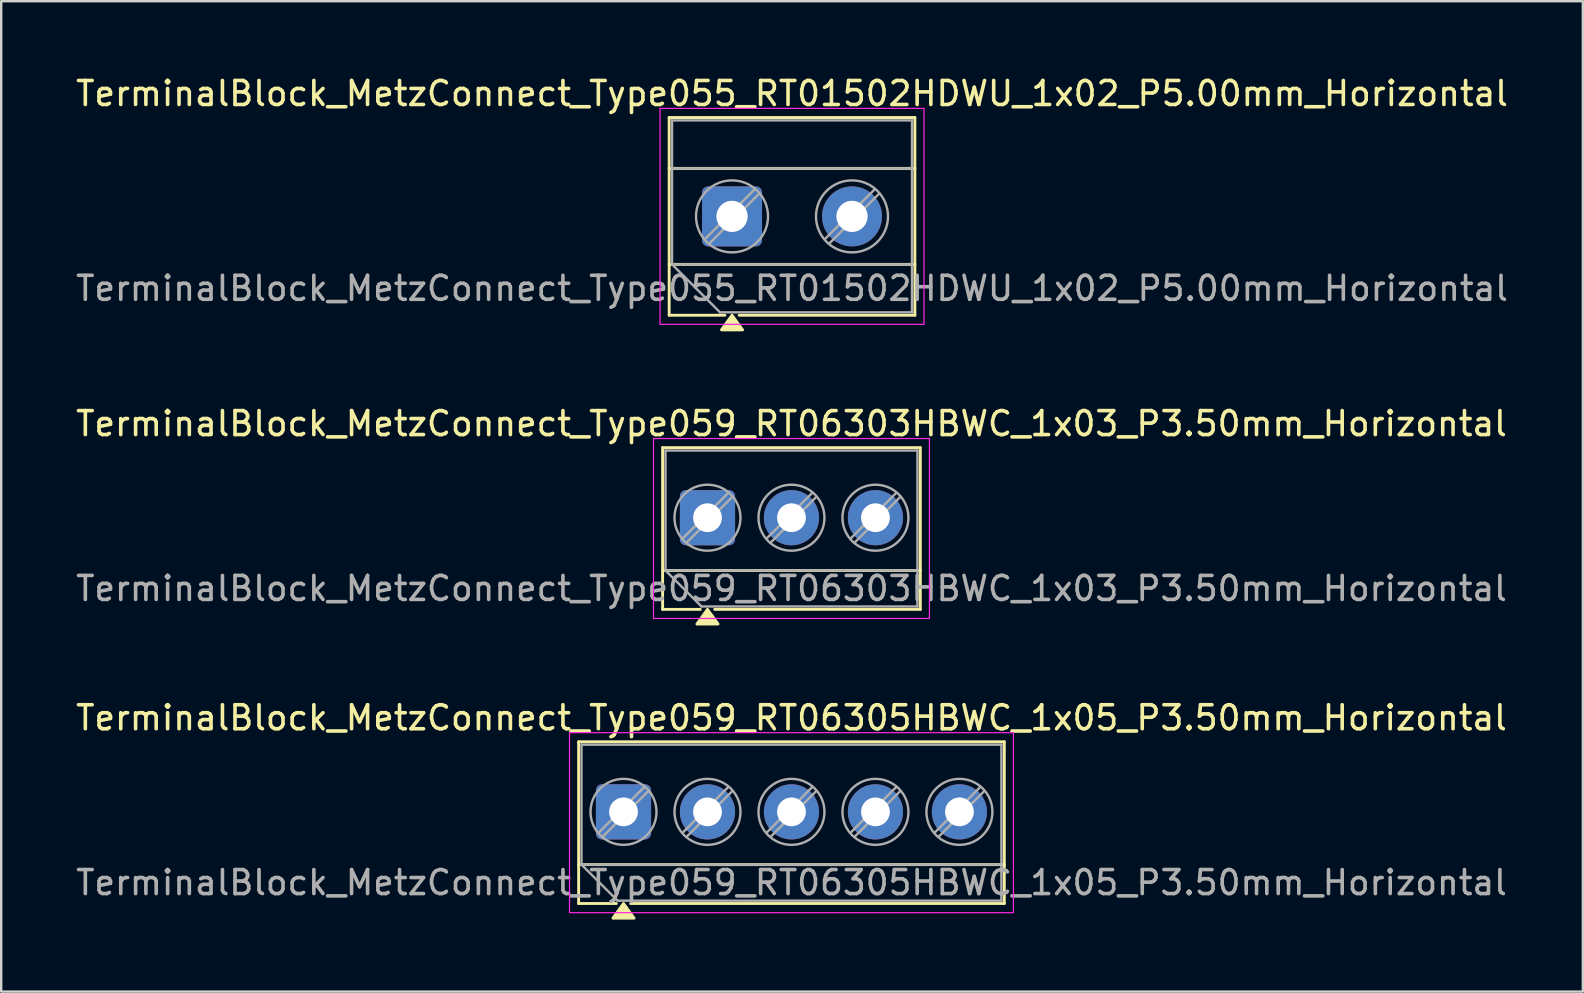
<source format=kicad_pcb>
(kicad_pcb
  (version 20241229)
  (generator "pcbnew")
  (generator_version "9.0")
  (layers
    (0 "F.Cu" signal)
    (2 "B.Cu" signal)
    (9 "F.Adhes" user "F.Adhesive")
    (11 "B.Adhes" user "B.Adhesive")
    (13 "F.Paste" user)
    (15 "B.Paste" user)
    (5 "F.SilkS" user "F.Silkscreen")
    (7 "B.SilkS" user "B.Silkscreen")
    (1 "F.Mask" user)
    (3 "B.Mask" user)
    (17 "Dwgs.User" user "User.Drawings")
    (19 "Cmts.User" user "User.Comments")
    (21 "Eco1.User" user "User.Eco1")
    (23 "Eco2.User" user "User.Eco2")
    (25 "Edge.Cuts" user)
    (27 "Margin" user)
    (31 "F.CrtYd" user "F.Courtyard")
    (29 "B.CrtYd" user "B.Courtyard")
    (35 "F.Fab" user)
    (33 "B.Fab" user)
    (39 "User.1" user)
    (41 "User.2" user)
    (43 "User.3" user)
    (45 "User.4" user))
  (footprint "TerminalBlock_MetzConnect_Type059_RT06303HBWC_1x03_P3.50mm_Horizontal"
    (layer "F.Cu")
    (at 26.435 18.526)
    (property "Reference" "TerminalBlock_MetzConnect_Type059_RT06303HBWC_1x03_P3.50mm_Horizontal" (at 3.5 -3.92 0) (layer "F.SilkS") (effects (font (size 1 1) (thickness 0.15))))
    (attr through_hole)
    (fp_line (start -1.87 -2.92) (end 8.87 -2.92) (stroke (width 0.12) (type solid)) (layer "F.SilkS"))
    (fp_line (start -1.87 2.2) (end 8.87 2.2) (stroke (width 0.12) (type solid)) (layer "F.SilkS"))
    (fp_line (start -1.87 3.82) (end -1.87 -2.92) (stroke (width 0.12) (type solid)) (layer "F.SilkS"))
    (fp_line (start -0.3 3.82) (end -1.87 3.82) (stroke (width 0.12) (type solid)) (layer "F.SilkS"))
    (fp_line (start 8.87 -2.92) (end 8.87 3.82) (stroke (width 0.12) (type solid)) (layer "F.SilkS"))
    (fp_line (start 8.87 3.82) (end 0.3 3.82) (stroke (width 0.12) (type solid)) (layer "F.SilkS"))
    (fp_poly (pts (xy 0 3.82) (xy 0.44 4.43) (xy -0.44 4.43)) (stroke (width 0.12) (type solid)) (fill yes) (layer "F.SilkS"))
    (fp_rect (start -2.25 -3.3) (end 9.25 4.2) (stroke (width 0.05) (type solid)) (fill no) (layer "F.CrtYd"))
    (fp_line (start -1.75 -2.8) (end 8.75 -2.8) (stroke (width 0.1) (type solid)) (layer "F.Fab"))
    (fp_line (start -1.75 2.2) (end -1.75 -2.8) (stroke (width 0.1) (type solid)) (layer "F.Fab"))
    (fp_line (start -1.75 2.2) (end 8.75 2.2) (stroke (width 0.1) (type solid)) (layer "F.Fab"))
    (fp_line (start -0.25 3.7) (end -1.75 2.2) (stroke (width 0.1) (type solid)) (layer "F.Fab"))
    (fp_line (start 0.875 -1.043) (end -1.043 0.875) (stroke (width 0.1) (type solid)) (layer "F.Fab"))
    (fp_line (start 1.043 -0.875) (end -0.875 1.043) (stroke (width 0.1) (type solid)) (layer "F.Fab"))
    (fp_line (start 4.375 -1.043) (end 2.457 0.875) (stroke (width 0.1) (type solid)) (layer "F.Fab"))
    (fp_line (start 4.543 -0.875) (end 2.625 1.043) (stroke (width 0.1) (type solid)) (layer "F.Fab"))
    (fp_line (start 7.875 -1.043) (end 5.957 0.875) (stroke (width 0.1) (type solid)) (layer "F.Fab"))
    (fp_line (start 8.043 -0.875) (end 6.125 1.043) (stroke (width 0.1) (type solid)) (layer "F.Fab"))
    (fp_line (start 8.75 -2.8) (end 8.75 3.7) (stroke (width 0.1) (type solid)) (layer "F.Fab"))
    (fp_line (start 8.75 3.7) (end -0.25 3.7) (stroke (width 0.1) (type solid)) (layer "F.Fab"))
    (fp_circle (center 0 0) (end 1.375 0) (stroke (width 0.1) (type solid)) (fill no) (layer "F.Fab"))
    (fp_circle (center 3.5 0) (end 4.875 0) (stroke (width 0.1) (type solid)) (fill no) (layer "F.Fab"))
    (fp_circle (center 7 0) (end 8.375 0) (stroke (width 0.1) (type solid)) (fill no) (layer "F.Fab"))
    (fp_text user "${REFERENCE}" (at 3.5 2.95 0) (layer "F.Fab") (effects (font (size 1 1) (thickness 0.15))))
    (pad "1" thru_hole roundrect (at 0 0) (size 2.3 2.3) (drill 1.2) (layers "*.Cu" "*.Mask") (roundrect_rratio 0.109))
    (pad "2" thru_hole circle (at 3.5 0) (size 2.3 2.3) (drill 1.2) (layers "*.Cu" "*.Mask"))
    (pad "3" thru_hole circle (at 7 0) (size 2.3 2.3) (drill 1.2) (layers "*.Cu" "*.Mask")))
  (footprint "TerminalBlock_MetzConnect_Type055_RT01502HDWU_1x02_P5.00mm_Horizontal"
    (layer "F.Cu")
    (at 27.458 5.968)
    (property "Reference" "TerminalBlock_MetzConnect_Type055_RT01502HDWU_1x02_P5.00mm_Horizontal" (at 2.5 -5.12 0) (layer "F.SilkS") (effects (font (size 1 1) (thickness 0.15))))
    (attr through_hole)
    (fp_line (start -2.62 -4.12) (end -2.62 4.12) (stroke (width 0.12) (type solid)) (layer "F.SilkS"))
    (fp_line (start -2.62 -4.12) (end 7.62 -4.12) (stroke (width 0.12) (type solid)) (layer "F.SilkS"))
    (fp_line (start -2.62 -2) (end 7.62 -2) (stroke (width 0.12) (type solid)) (layer "F.SilkS"))
    (fp_line (start -2.62 2) (end 7.62 2) (stroke (width 0.12) (type solid)) (layer "F.SilkS"))
    (fp_line (start -2.62 4.12) (end -0.3 4.12) (stroke (width 0.12) (type solid)) (layer "F.SilkS"))
    (fp_line (start 0.3 4.12) (end 7.62 4.12) (stroke (width 0.12) (type solid)) (layer "F.SilkS"))
    (fp_line (start 7.62 -4.12) (end 7.62 4.12) (stroke (width 0.12) (type solid)) (layer "F.SilkS"))
    (fp_poly (pts (xy 0 4.12) (xy 0.44 4.73) (xy -0.44 4.73)) (stroke (width 0.12) (type solid)) (fill yes) (layer "F.SilkS"))
    (fp_line (start -3 -4.5) (end -3 4.5) (stroke (width 0.05) (type solid)) (layer "F.CrtYd"))
    (fp_line (start -3 4.5) (end 8 4.5) (stroke (width 0.05) (type solid)) (layer "F.CrtYd"))
    (fp_line (start 8 -4.5) (end -3 -4.5) (stroke (width 0.05) (type solid)) (layer "F.CrtYd"))
    (fp_line (start 8 4.5) (end 8 -4.5) (stroke (width 0.05) (type solid)) (layer "F.CrtYd"))
    (fp_line (start -2.5 -4) (end 7.5 -4) (stroke (width 0.1) (type solid)) (layer "F.Fab"))
    (fp_line (start -2.5 -2) (end 7.5 -2) (stroke (width 0.1) (type solid)) (layer "F.Fab"))
    (fp_line (start -2.5 2) (end -2.5 -4) (stroke (width 0.1) (type solid)) (layer "F.Fab"))
    (fp_line (start -2.5 2) (end 7.5 2) (stroke (width 0.1) (type solid)) (layer "F.Fab"))
    (fp_line (start -0.5 4) (end -2.5 2) (stroke (width 0.1) (type solid)) (layer "F.Fab"))
    (fp_line (start 0.955 -1.138) (end -1.138 0.954) (stroke (width 0.1) (type solid)) (layer "F.Fab"))
    (fp_line (start 1.138 -0.954) (end -0.955 1.137) (stroke (width 0.1) (type solid)) (layer "F.Fab"))
    (fp_line (start 5.955 -1.138) (end 3.862 0.954) (stroke (width 0.1) (type solid)) (layer "F.Fab"))
    (fp_line (start 6.138 -0.954) (end 4.045 1.137) (stroke (width 0.1) (type solid)) (layer "F.Fab"))
    (fp_line (start 7.5 -4) (end 7.5 4) (stroke (width 0.1) (type solid)) (layer "F.Fab"))
    (fp_line (start 7.5 4) (end -0.5 4) (stroke (width 0.1) (type solid)) (layer "F.Fab"))
    (fp_circle (center 0 0) (end 1.5 0) (stroke (width 0.1) (type solid)) (fill no) (layer "F.Fab"))
    (fp_circle (center 5 0) (end 6.5 0) (stroke (width 0.1) (type solid)) (fill no) (layer "F.Fab"))
    (fp_text user "${REFERENCE}" (at 2.5 3 0) (layer "F.Fab") (effects (font (size 1 1) (thickness 0.15))))
    (pad "1" thru_hole roundrect (at 0 0) (size 2.5 2.5) (drill 1.3) (layers "*.Cu" "*.Mask") (roundrect_rratio 0.1))
    (pad "2" thru_hole circle (at 5 0) (size 2.5 2.5) (drill 1.3) (layers "*.Cu" "*.Mask")))
  (footprint "TerminalBlock_MetzConnect_Type059_RT06305HBWC_1x05_P3.50mm_Horizontal"
    (layer "F.Cu")
    (at 22.935 30.785)
    (property "Reference" "TerminalBlock_MetzConnect_Type059_RT06305HBWC_1x05_P3.50mm_Horizontal" (at 7 -3.92 0) (layer "F.SilkS") (effects (font (size 1 1) (thickness 0.15))))
    (attr through_hole)
    (fp_line (start -1.87 -2.92) (end 15.87 -2.92) (stroke (width 0.12) (type solid)) (layer "F.SilkS"))
    (fp_line (start -1.87 2.2) (end 15.87 2.2) (stroke (width 0.12) (type solid)) (layer "F.SilkS"))
    (fp_line (start -1.87 3.82) (end -1.87 -2.92) (stroke (width 0.12) (type solid)) (layer "F.SilkS"))
    (fp_line (start -0.3 3.82) (end -1.87 3.82) (stroke (width 0.12) (type solid)) (layer "F.SilkS"))
    (fp_line (start 15.87 -2.92) (end 15.87 3.82) (stroke (width 0.12) (type solid)) (layer "F.SilkS"))
    (fp_line (start 15.87 3.82) (end 0.3 3.82) (stroke (width 0.12) (type solid)) (layer "F.SilkS"))
    (fp_poly (pts (xy 0 3.82) (xy 0.44 4.43) (xy -0.44 4.43)) (stroke (width 0.12) (type solid)) (fill yes) (layer "F.SilkS"))
    (fp_rect (start -2.25 -3.3) (end 16.25 4.2) (stroke (width 0.05) (type solid)) (fill no) (layer "F.CrtYd"))
    (fp_line (start -1.75 -2.8) (end 15.75 -2.8) (stroke (width 0.1) (type solid)) (layer "F.Fab"))
    (fp_line (start -1.75 2.2) (end -1.75 -2.8) (stroke (width 0.1) (type solid)) (layer "F.Fab"))
    (fp_line (start -1.75 2.2) (end 15.75 2.2) (stroke (width 0.1) (type solid)) (layer "F.Fab"))
    (fp_line (start -0.25 3.7) (end -1.75 2.2) (stroke (width 0.1) (type solid)) (layer "F.Fab"))
    (fp_line (start 0.875 -1.043) (end -1.043 0.875) (stroke (width 0.1) (type solid)) (layer "F.Fab"))
    (fp_line (start 1.043 -0.875) (end -0.875 1.043) (stroke (width 0.1) (type solid)) (layer "F.Fab"))
    (fp_line (start 4.375 -1.043) (end 2.457 0.875) (stroke (width 0.1) (type solid)) (layer "F.Fab"))
    (fp_line (start 4.543 -0.875) (end 2.625 1.043) (stroke (width 0.1) (type solid)) (layer "F.Fab"))
    (fp_line (start 7.875 -1.043) (end 5.957 0.875) (stroke (width 0.1) (type solid)) (layer "F.Fab"))
    (fp_line (start 8.043 -0.875) (end 6.125 1.043) (stroke (width 0.1) (type solid)) (layer "F.Fab"))
    (fp_line (start 11.375 -1.043) (end 9.457 0.875) (stroke (width 0.1) (type solid)) (layer "F.Fab"))
    (fp_line (start 11.543 -0.875) (end 9.625 1.043) (stroke (width 0.1) (type solid)) (layer "F.Fab"))
    (fp_line (start 14.875 -1.043) (end 12.957 0.875) (stroke (width 0.1) (type solid)) (layer "F.Fab"))
    (fp_line (start 15.043 -0.875) (end 13.125 1.043) (stroke (width 0.1) (type solid)) (layer "F.Fab"))
    (fp_line (start 15.75 -2.8) (end 15.75 3.7) (stroke (width 0.1) (type solid)) (layer "F.Fab"))
    (fp_line (start 15.75 3.7) (end -0.25 3.7) (stroke (width 0.1) (type solid)) (layer "F.Fab"))
    (fp_circle (center 0 0) (end 1.375 0) (stroke (width 0.1) (type solid)) (fill no) (layer "F.Fab"))
    (fp_circle (center 3.5 0) (end 4.875 0) (stroke (width 0.1) (type solid)) (fill no) (layer "F.Fab"))
    (fp_circle (center 7 0) (end 8.375 0) (stroke (width 0.1) (type solid)) (fill no) (layer "F.Fab"))
    (fp_circle (center 10.5 0) (end 11.875 0) (stroke (width 0.1) (type solid)) (fill no) (layer "F.Fab"))
    (fp_circle (center 14 0) (end 15.375 0) (stroke (width 0.1) (type solid)) (fill no) (layer "F.Fab"))
    (fp_text user "${REFERENCE}" (at 7 2.95 0) (layer "F.Fab") (effects (font (size 1 1) (thickness 0.15))))
    (pad "1" thru_hole roundrect (at 0 0) (size 2.3 2.3) (drill 1.2) (layers "*.Cu" "*.Mask") (roundrect_rratio 0.109))
    (pad "2" thru_hole circle (at 3.5 0) (size 2.3 2.3) (drill 1.2) (layers "*.Cu" "*.Mask"))
    (pad "3" thru_hole circle (at 7 0) (size 2.3 2.3) (drill 1.2) (layers "*.Cu" "*.Mask"))
    (pad "4" thru_hole circle (at 10.5 0) (size 2.3 2.3) (drill 1.2) (layers "*.Cu" "*.Mask"))
    (pad "5" thru_hole circle (at 14 0) (size 2.3 2.3) (drill 1.2) (layers "*.Cu" "*.Mask")))
  (gr_rect
    (start -3 -3)
    (end 62.917 38.275)
    (stroke (width 0.1) (type default))
    (fill no)
    (layer "Edge.Cuts")))
</source>
